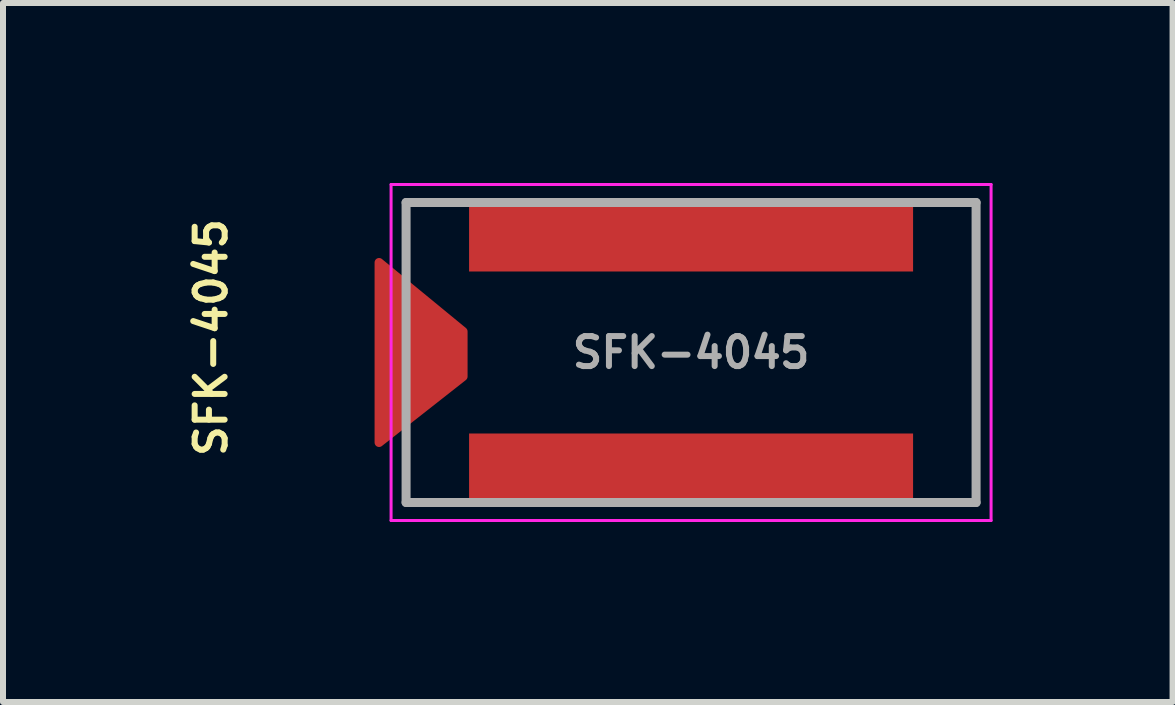
<source format=kicad_pcb>
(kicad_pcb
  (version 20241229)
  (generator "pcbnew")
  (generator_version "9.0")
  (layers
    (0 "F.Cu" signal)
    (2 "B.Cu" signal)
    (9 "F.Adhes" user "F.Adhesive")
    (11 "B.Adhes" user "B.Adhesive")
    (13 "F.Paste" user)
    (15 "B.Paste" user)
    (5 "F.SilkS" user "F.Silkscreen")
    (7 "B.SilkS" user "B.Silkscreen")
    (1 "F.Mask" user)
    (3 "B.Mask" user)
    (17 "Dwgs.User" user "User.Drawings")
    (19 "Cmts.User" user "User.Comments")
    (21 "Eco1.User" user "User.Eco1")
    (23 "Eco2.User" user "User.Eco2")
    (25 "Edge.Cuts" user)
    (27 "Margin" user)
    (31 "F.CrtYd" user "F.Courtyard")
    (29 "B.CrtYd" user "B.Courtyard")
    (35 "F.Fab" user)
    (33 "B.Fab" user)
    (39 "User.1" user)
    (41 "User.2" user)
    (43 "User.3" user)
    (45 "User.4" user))
  (footprint "SFK-4045"
    (layer "F.Cu")
    (at 8.468 2.825)
    (property "Reference" "SFK-4045" (at -8 -0.25 90) (layer "F.SilkS") (effects (font (size 0.5 0.5) (thickness 0.1))))
    (attr smd)
    (fp_poly (pts (xy -5.2 -1.25) (xy -5.2 -1.5) (xy -3.8 -0.35) (xy -3.8 0.4) (xy -5.2 1.5) (xy -5.2 0.85) (xy -5.2 -0.7)) (stroke (width 0.15) (type solid)) (fill yes) (layer "F.Cu"))
    (fp_poly (pts (xy -5.2 -1.5) (xy -3.8 -0.35) (xy -3.8 0.4) (xy -5.2 1.5)) (stroke (width 0.15) (type solid)) (fill yes) (layer "F.Mask"))
    (fp_poly (pts (xy -5.15 -0.8) (xy -5.15 -1.4) (xy -3.85 -0.35) (xy -3.85 0.35) (xy -5.15 1.4) (xy -5.15 0.75)) (stroke (width 0.15) (type solid)) (fill yes) (layer "F.Paste"))
    (fp_line (start -5 -2.8) (end -5 2.8) (stroke (width 0.05) (type solid)) (layer "F.CrtYd"))
    (fp_line (start -5 2.8) (end 5 2.8) (stroke (width 0.05) (type solid)) (layer "F.CrtYd"))
    (fp_line (start 5 -2.8) (end -5 -2.8) (stroke (width 0.05) (type solid)) (layer "F.CrtYd"))
    (fp_line (start 5 2.8) (end 5 -2.8) (stroke (width 0.05) (type solid)) (layer "F.CrtYd"))
    (fp_line (start -4.75 -2.5) (end 4.75 -2.5) (stroke (width 0.15) (type solid)) (layer "F.Fab"))
    (fp_line (start -4.75 2.5) (end -4.75 -2.5) (stroke (width 0.15) (type solid)) (layer "F.Fab"))
    (fp_line (start -4.75 2.5) (end 4.75 2.5) (stroke (width 0.15) (type solid)) (layer "F.Fab"))
    (fp_line (start 4.75 -2.5) (end 4.75 2.5) (stroke (width 0.15) (type solid)) (layer "F.Fab"))
    (fp_text user "${REFERENCE}" (at 0 0 0) (layer "F.Fab") (effects (font (size 0.5 0.5) (thickness 0.1))))
    (pad "1" smd rect (at 0 -1.95) (size 7.4 1.2) (layers "F.Cu" "F.Mask" "F.Paste"))
    (pad "2" smd rect (at -4.65 0.05) (size 1 1) (layers "F.Cu" "F.Mask" "F.Paste"))
    (pad "3" smd rect (at 0 1.95) (size 7.4 1.2) (layers "F.Cu" "F.Mask" "F.Paste")))
  (gr_rect
    (start -3 -3)
    (end 16.493 8.65)
    (stroke (width 0.1) (type default))
    (fill no)
    (layer "Edge.Cuts")))
</source>
